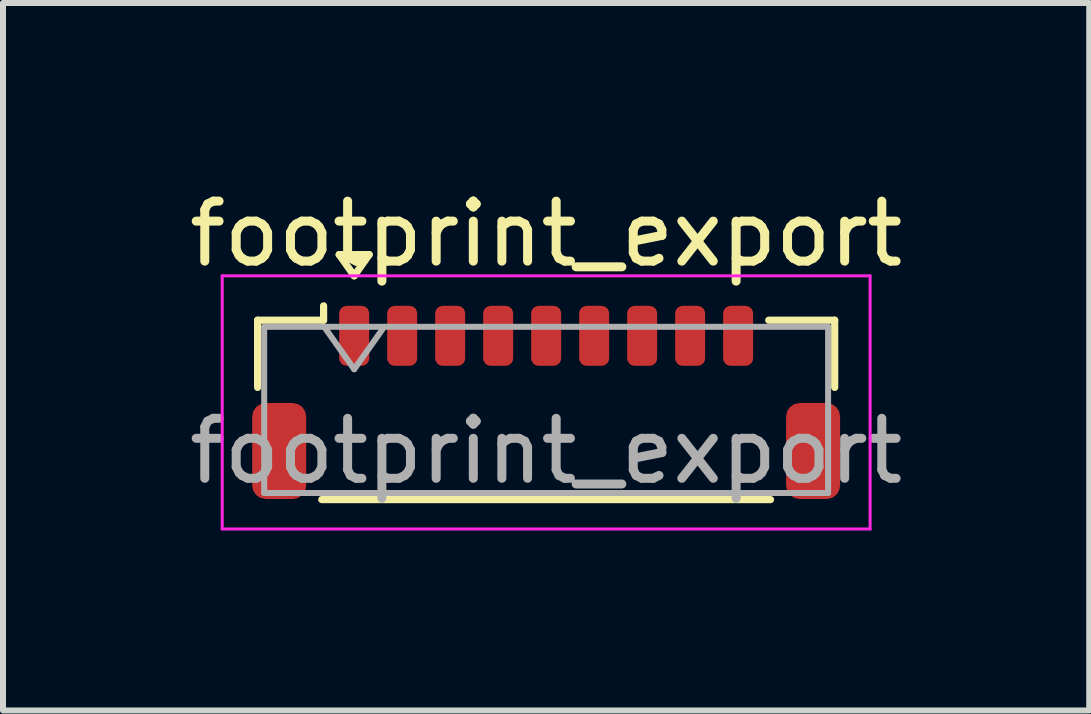
<source format=kicad_pcb>
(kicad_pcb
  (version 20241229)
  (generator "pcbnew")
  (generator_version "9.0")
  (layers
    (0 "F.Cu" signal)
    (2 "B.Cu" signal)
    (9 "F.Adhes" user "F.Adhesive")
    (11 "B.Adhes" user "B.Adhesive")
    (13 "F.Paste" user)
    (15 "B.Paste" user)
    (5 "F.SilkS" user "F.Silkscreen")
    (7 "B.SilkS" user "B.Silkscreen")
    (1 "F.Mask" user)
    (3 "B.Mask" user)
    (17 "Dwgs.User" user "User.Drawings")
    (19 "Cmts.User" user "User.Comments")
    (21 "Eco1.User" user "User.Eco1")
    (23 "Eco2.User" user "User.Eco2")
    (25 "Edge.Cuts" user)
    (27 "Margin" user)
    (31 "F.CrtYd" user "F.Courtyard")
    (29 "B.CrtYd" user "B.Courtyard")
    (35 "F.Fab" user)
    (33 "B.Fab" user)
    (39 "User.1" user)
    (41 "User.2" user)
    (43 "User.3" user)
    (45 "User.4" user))
  (footprint "footprint_export"
    (layer "F.Cu")
    (at 6.054 3.658)
    (property "Reference" "footprint_export" (at 0 -2.81 0) (layer "F.SilkS") (effects (font (size 1 1) (thickness 0.15))))
    (attr smd)
    (fp_line (start -4.81 -1.37) (end -3.71 -1.37) (stroke (width 0.12) (type solid)) (layer "F.SilkS"))
    (fp_line (start -4.81 -0.25) (end -4.81 -1.37) (stroke (width 0.12) (type solid)) (layer "F.SilkS"))
    (fp_line (start -3.74 1.62) (end 3.74 1.62) (stroke (width 0.12) (type solid)) (layer "F.SilkS"))
    (fp_line (start -3.71 -1.37) (end -3.71 -1.61) (stroke (width 0.12) (type solid)) (layer "F.SilkS"))
    (fp_line (start -3.45 -2.464) (end -3.2 -2.11) (stroke (width 0.12) (type solid)) (layer "F.SilkS"))
    (fp_line (start -3.2 -2.11) (end -2.95 -2.464) (stroke (width 0.12) (type solid)) (layer "F.SilkS"))
    (fp_line (start -2.95 -2.464) (end -3.45 -2.464) (stroke (width 0.12) (type solid)) (layer "F.SilkS"))
    (fp_line (start 4.81 -1.37) (end 3.71 -1.37) (stroke (width 0.12) (type solid)) (layer "F.SilkS"))
    (fp_line (start 4.81 -0.25) (end 4.81 -1.37) (stroke (width 0.12) (type solid)) (layer "F.SilkS"))
    (fp_line (start -5.4 -2.11) (end -5.4 2.11) (stroke (width 0.05) (type solid)) (layer "F.CrtYd"))
    (fp_line (start -5.4 2.11) (end 5.4 2.11) (stroke (width 0.05) (type solid)) (layer "F.CrtYd"))
    (fp_line (start 5.4 -2.11) (end -5.4 -2.11) (stroke (width 0.05) (type solid)) (layer "F.CrtYd"))
    (fp_line (start 5.4 2.11) (end 5.4 -2.11) (stroke (width 0.05) (type solid)) (layer "F.CrtYd"))
    (fp_line (start -4.7 -1.26) (end -4.7 1.51) (stroke (width 0.1) (type solid)) (layer "F.Fab"))
    (fp_line (start -4.7 -1.26) (end 4.7 -1.26) (stroke (width 0.1) (type solid)) (layer "F.Fab"))
    (fp_line (start -4.7 1.51) (end 4.7 1.51) (stroke (width 0.1) (type solid)) (layer "F.Fab"))
    (fp_line (start -3.7 -1.26) (end -3.2 -0.553) (stroke (width 0.1) (type solid)) (layer "F.Fab"))
    (fp_line (start -3.2 -0.553) (end -2.7 -1.26) (stroke (width 0.1) (type solid)) (layer "F.Fab"))
    (fp_line (start 4.7 -1.26) (end 4.7 1.51) (stroke (width 0.1) (type solid)) (layer "F.Fab"))
    (fp_text user "${REFERENCE}" (at 0 0.81 0) (layer "F.Fab") (effects (font (size 1 1) (thickness 0.15))))
    (pad "1" smd roundrect (at -3.2 -1.11) (size 0.5 1) (layers "F.Cu" "F.Mask" "F.Paste") (roundrect_rratio 0.25))
    (pad "2" smd roundrect (at -2.4 -1.11) (size 0.5 1) (layers "F.Cu" "F.Mask" "F.Paste") (roundrect_rratio 0.25))
    (pad "3" smd roundrect (at -1.6 -1.11) (size 0.5 1) (layers "F.Cu" "F.Mask" "F.Paste") (roundrect_rratio 0.25))
    (pad "4" smd roundrect (at -0.8 -1.11) (size 0.5 1) (layers "F.Cu" "F.Mask" "F.Paste") (roundrect_rratio 0.25))
    (pad "5" smd roundrect (at 0 -1.11) (size 0.5 1) (layers "F.Cu" "F.Mask" "F.Paste") (roundrect_rratio 0.25))
    (pad "6" smd roundrect (at 0.8 -1.11) (size 0.5 1) (layers "F.Cu" "F.Mask" "F.Paste") (roundrect_rratio 0.25))
    (pad "7" smd roundrect (at 1.6 -1.11) (size 0.5 1) (layers "F.Cu" "F.Mask" "F.Paste") (roundrect_rratio 0.25))
    (pad "8" smd roundrect (at 2.4 -1.11) (size 0.5 1) (layers "F.Cu" "F.Mask" "F.Paste") (roundrect_rratio 0.25))
    (pad "9" smd roundrect (at 3.2 -1.11) (size 0.5 1) (layers "F.Cu" "F.Mask" "F.Paste") (roundrect_rratio 0.25))
    (pad "MP" smd roundrect (at -4.45 0.81) (size 0.9 1.6) (layers "F.Cu" "F.Mask" "F.Paste") (roundrect_rratio 0.25))
    (pad "MP" smd roundrect (at 4.45 0.81) (size 0.9 1.6) (layers "F.Cu" "F.Mask" "F.Paste") (roundrect_rratio 0.25)))
  (gr_rect
    (start -3 -3)
    (end 15.107 8.793)
    (stroke (width 0.1) (type default))
    (fill no)
    (layer "Edge.Cuts")))
</source>
